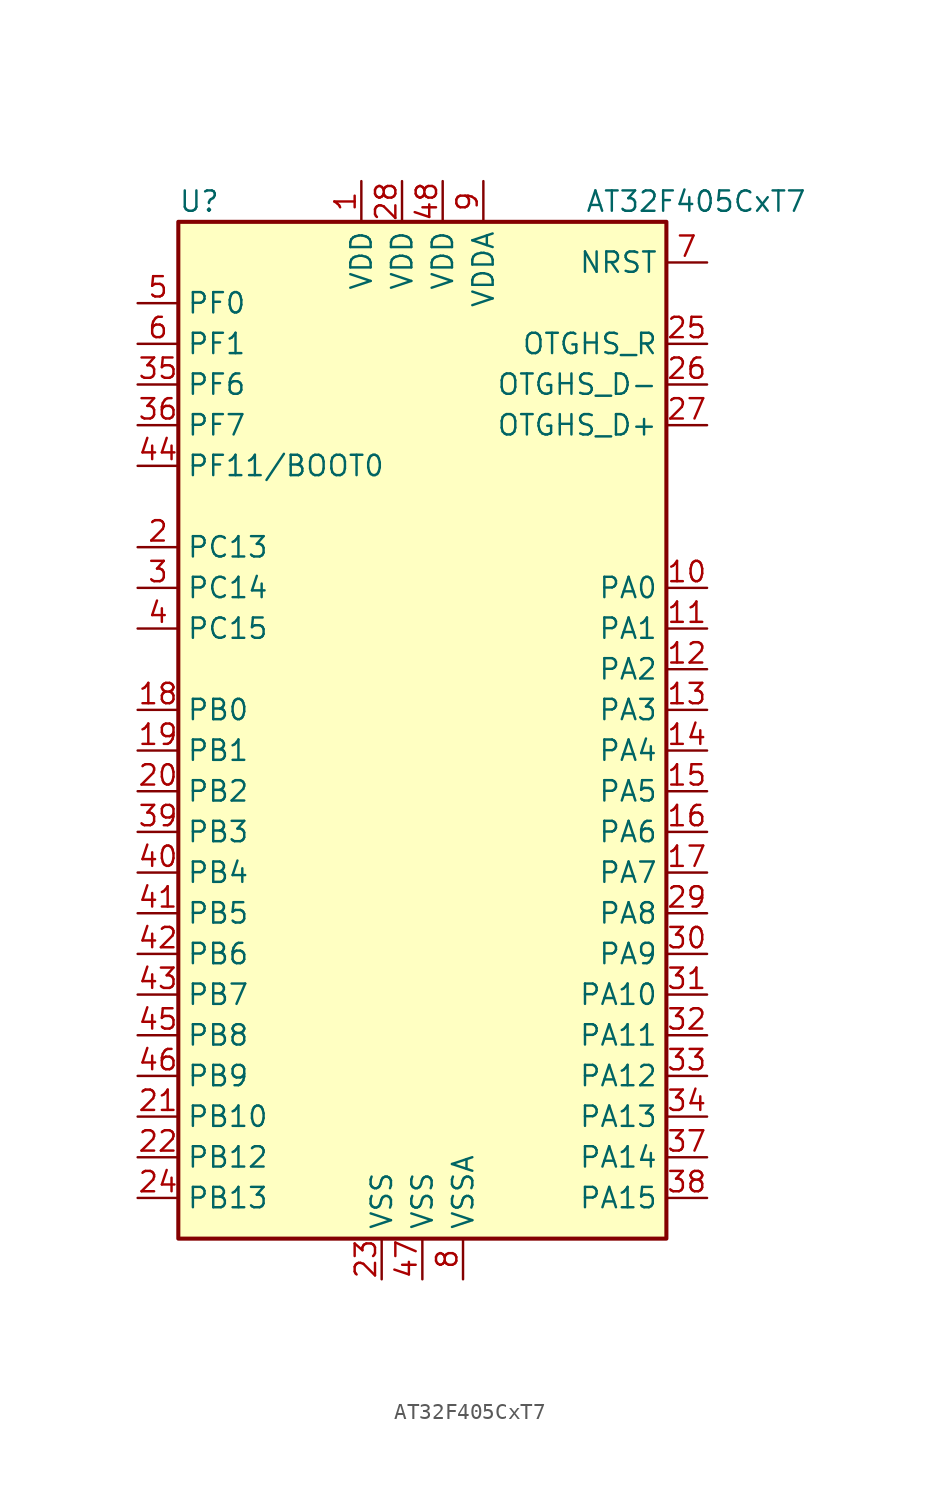
<source format=kicad_sym>
(kicad_symbol_lib
  (version 20220331)
  (generator kicad_symbol_editor)
  (symbol "AT32F405CxT7"
    (property "Reference" "U"
      (at -15.24 33.02 0)
      (effects (font (size 1.27 1.27)) (justify left)))
    (property "Value" "AT32F405CxT7"
      (at 10.16 33.02 0)
      (effects (font (size 1.27 1.27)) (justify left)))
    (symbol "AT32F405CxT7_0_1"
      (rectangle (start -15.24 31.75) (end 15.24 -31.75) (stroke (width 0.254) (type default)) (fill (type background))))
    (symbol "AT32F405CxT7_1_1"
      (pin power_in line (at -3.81 34.29 270) (length 2.54) (name "VDD" (effects (font (size 1.27 1.27)))) (number "1" (effects (font (size 1.27 1.27)))))
      (pin bidirectional line (at 17.78 8.89 180) (length 2.54) (name "PA0" (effects (font (size 1.27 1.27)))) (number "10" (effects (font (size 1.27 1.27)))))
      (pin bidirectional line (at 17.78 6.35 180) (length 2.54) (name "PA1" (effects (font (size 1.27 1.27)))) (number "11" (effects (font (size 1.27 1.27)))))
      (pin bidirectional line (at 17.78 3.81 180) (length 2.54) (name "PA2" (effects (font (size 1.27 1.27)))) (number "12" (effects (font (size 1.27 1.27)))))
      (pin bidirectional line (at 17.78 1.27 180) (length 2.54) (name "PA3" (effects (font (size 1.27 1.27)))) (number "13" (effects (font (size 1.27 1.27)))))
      (pin bidirectional line (at 17.78 -1.27 180) (length 2.54) (name "PA4" (effects (font (size 1.27 1.27)))) (number "14" (effects (font (size 1.27 1.27)))))
      (pin bidirectional line (at 17.78 -3.81 180) (length 2.54) (name "PA5" (effects (font (size 1.27 1.27)))) (number "15" (effects (font (size 1.27 1.27)))))
      (pin bidirectional line (at 17.78 -6.35 180) (length 2.54) (name "PA6" (effects (font (size 1.27 1.27)))) (number "16" (effects (font (size 1.27 1.27)))))
      (pin bidirectional line (at 17.78 -8.89 180) (length 2.54) (name "PA7" (effects (font (size 1.27 1.27)))) (number "17" (effects (font (size 1.27 1.27)))))
      (pin bidirectional line (at -17.78 1.27 0) (length 2.54) (name "PB0" (effects (font (size 1.27 1.27)))) (number "18" (effects (font (size 1.27 1.27)))))
      (pin bidirectional line (at -17.78 -1.27 0) (length 2.54) (name "PB1" (effects (font (size 1.27 1.27)))) (number "19" (effects (font (size 1.27 1.27)))))
      (pin bidirectional line (at -17.78 11.43 0) (length 2.54) (name "PC13" (effects (font (size 1.27 1.27)))) (number "2" (effects (font (size 1.27 1.27)))))
      (pin bidirectional line (at -17.78 -3.81 0) (length 2.54) (name "PB2" (effects (font (size 1.27 1.27)))) (number "20" (effects (font (size 1.27 1.27)))))
      (pin bidirectional line (at -17.78 -24.13 0) (length 2.54) (name "PB10" (effects (font (size 1.27 1.27)))) (number "21" (effects (font (size 1.27 1.27)))))
      (pin bidirectional line (at -17.78 -26.67 0) (length 2.54) (name "PB12" (effects (font (size 1.27 1.27)))) (number "22" (effects (font (size 1.27 1.27)))))
      (pin power_in line (at -2.54 -34.29 90) (length 2.54) (name "VSS" (effects (font (size 1.27 1.27)))) (number "23" (effects (font (size 1.27 1.27)))))
      (pin bidirectional line (at -17.78 -29.21 0) (length 2.54) (name "PB13" (effects (font (size 1.27 1.27)))) (number "24" (effects (font (size 1.27 1.27)))))
      (pin input line (at 17.78 24.13 180) (length 2.54) (name "OTGHS_R" (effects (font (size 1.27 1.27)))) (number "25" (effects (font (size 1.27 1.27)))))
      (pin bidirectional line (at 17.78 21.59 180) (length 2.54) (name "OTGHS_D-" (effects (font (size 1.27 1.27)))) (number "26" (effects (font (size 1.27 1.27)))))
      (pin bidirectional line (at 17.78 19.05 180) (length 2.54) (name "OTGHS_D+" (effects (font (size 1.27 1.27)))) (number "27" (effects (font (size 1.27 1.27)))))
      (pin power_in line (at -1.27 34.29 270) (length 2.54) (name "VDD" (effects (font (size 1.27 1.27)))) (number "28" (effects (font (size 1.27 1.27)))))
      (pin bidirectional line (at 17.78 -11.43 180) (length 2.54) (name "PA8" (effects (font (size 1.27 1.27)))) (number "29" (effects (font (size 1.27 1.27)))))
      (pin bidirectional line (at -17.78 8.89 0) (length 2.54) (name "PC14" (effects (font (size 1.27 1.27)))) (number "3" (effects (font (size 1.27 1.27)))))
      (pin bidirectional line (at 17.78 -13.97 180) (length 2.54) (name "PA9" (effects (font (size 1.27 1.27)))) (number "30" (effects (font (size 1.27 1.27)))))
      (pin bidirectional line (at 17.78 -16.51 180) (length 2.54) (name "PA10" (effects (font (size 1.27 1.27)))) (number "31" (effects (font (size 1.27 1.27)))))
      (pin bidirectional line (at 17.78 -19.05 180) (length 2.54) (name "PA11" (effects (font (size 1.27 1.27)))) (number "32" (effects (font (size 1.27 1.27)))))
      (pin bidirectional line (at 17.78 -21.59 180) (length 2.54) (name "PA12" (effects (font (size 1.27 1.27)))) (number "33" (effects (font (size 1.27 1.27)))))
      (pin bidirectional line (at 17.78 -24.13 180) (length 2.54) (name "PA13" (effects (font (size 1.27 1.27)))) (number "34" (effects (font (size 1.27 1.27)))))
      (pin bidirectional line (at -17.78 21.59 0) (length 2.54) (name "PF6" (effects (font (size 1.27 1.27)))) (number "35" (effects (font (size 1.27 1.27)))))
      (pin bidirectional line (at -17.78 19.05 0) (length 2.54) (name "PF7" (effects (font (size 1.27 1.27)))) (number "36" (effects (font (size 1.27 1.27)))))
      (pin bidirectional line (at 17.78 -26.67 180) (length 2.54) (name "PA14" (effects (font (size 1.27 1.27)))) (number "37" (effects (font (size 1.27 1.27)))))
      (pin bidirectional line (at 17.78 -29.21 180) (length 2.54) (name "PA15" (effects (font (size 1.27 1.27)))) (number "38" (effects (font (size 1.27 1.27)))))
      (pin bidirectional line (at -17.78 -6.35 0) (length 2.54) (name "PB3" (effects (font (size 1.27 1.27)))) (number "39" (effects (font (size 1.27 1.27)))))
      (pin bidirectional line (at -17.78 6.35 0) (length 2.54) (name "PC15" (effects (font (size 1.27 1.27)))) (number "4" (effects (font (size 1.27 1.27)))))
      (pin bidirectional line (at -17.78 -8.89 0) (length 2.54) (name "PB4" (effects (font (size 1.27 1.27)))) (number "40" (effects (font (size 1.27 1.27)))))
      (pin bidirectional line (at -17.78 -11.43 0) (length 2.54) (name "PB5" (effects (font (size 1.27 1.27)))) (number "41" (effects (font (size 1.27 1.27)))))
      (pin bidirectional line (at -17.78 -13.97 0) (length 2.54) (name "PB6" (effects (font (size 1.27 1.27)))) (number "42" (effects (font (size 1.27 1.27)))))
      (pin bidirectional line (at -17.78 -16.51 0) (length 2.54) (name "PB7" (effects (font (size 1.27 1.27)))) (number "43" (effects (font (size 1.27 1.27)))))
      (pin input line (at -17.78 16.51 0) (length 2.54) (name "PF11/BOOT0" (effects (font (size 1.27 1.27)))) (number "44" (effects (font (size 1.27 1.27)))))
      (pin bidirectional line (at -17.78 -19.05 0) (length 2.54) (name "PB8" (effects (font (size 1.27 1.27)))) (number "45" (effects (font (size 1.27 1.27)))))
      (pin bidirectional line (at -17.78 -21.59 0) (length 2.54) (name "PB9" (effects (font (size 1.27 1.27)))) (number "46" (effects (font (size 1.27 1.27)))))
      (pin power_in line (at 0 -34.29 90) (length 2.54) (name "VSS" (effects (font (size 1.27 1.27)))) (number "47" (effects (font (size 1.27 1.27)))))
      (pin power_in line (at 1.27 34.29 270) (length 2.54) (name "VDD" (effects (font (size 1.27 1.27)))) (number "48" (effects (font (size 1.27 1.27)))))
      (pin input line (at -17.78 26.67 0) (length 2.54) (name "PF0" (effects (font (size 1.27 1.27)))) (number "5" (effects (font (size 1.27 1.27)))))
      (pin input line (at -17.78 24.13 0) (length 2.54) (name "PF1" (effects (font (size 1.27 1.27)))) (number "6" (effects (font (size 1.27 1.27)))))
      (pin input line (at 17.78 29.21 180) (length 2.54) (name "NRST" (effects (font (size 1.27 1.27)))) (number "7" (effects (font (size 1.27 1.27)))))
      (pin power_in line (at 2.54 -34.29 90) (length 2.54) (name "VSSA" (effects (font (size 1.27 1.27)))) (number "8" (effects (font (size 1.27 1.27)))))
      (pin power_in line (at 3.81 34.29 270) (length 2.54) (name "VDDA" (effects (font (size 1.27 1.27)))) (number "9" (effects (font (size 1.27 1.27))))))))
</source>
